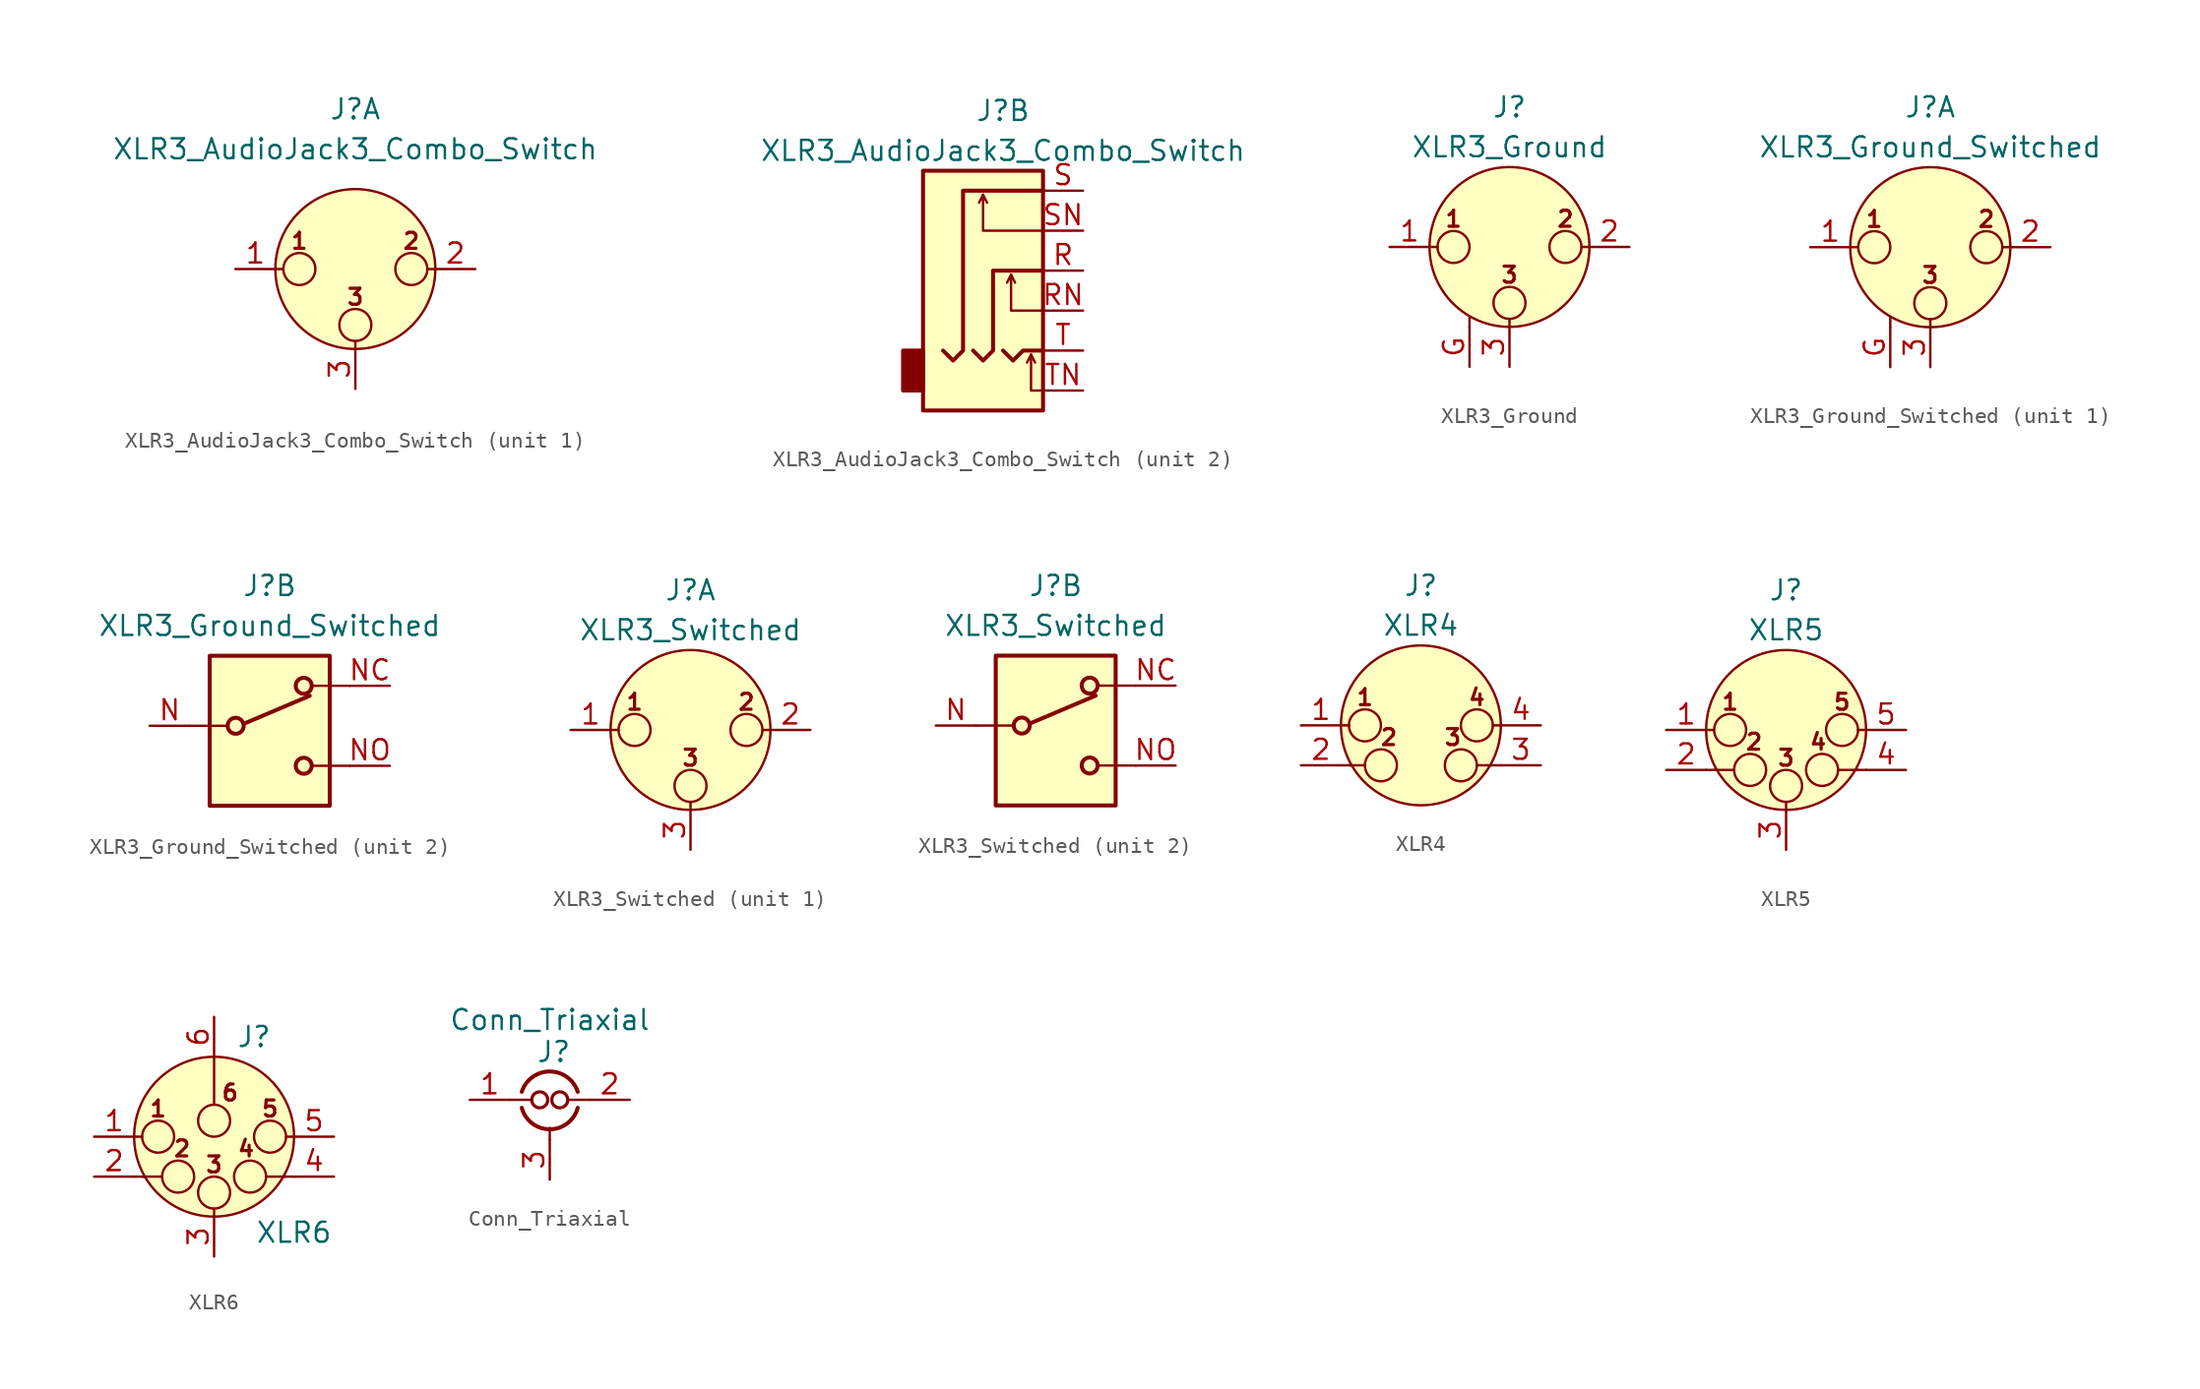
<source format=kicad_sym>
(kicad_symbol_lib
  (version 20201005)
  (generator kicad_symbol_editor)
  (symbol "Connector:XLR3_AudioJack3_Combo_Switch"
    (pin_names hide)
    (property "Reference" "J"
      (at 0 10.16 0)
      (effects (font (size 1.27 1.27))))
    (property "Value" "XLR3_AudioJack3_Combo_Switch"
      (at 0 7.62 0)
      (effects (font (size 1.27 1.27))))
    (symbol "XLR3_AudioJack3_Combo_Switch_1_1"
      (circle (center -3.556 0) (radius 1.016) (stroke (width 0)) (fill (type none)))
      (circle (center 0 -3.556) (radius 1.016) (stroke (width 0)) (fill (type none)))
      (circle (center 0 0) (radius 5.08) (stroke (width 0)) (fill (type background)))
      (circle (center 3.556 0) (radius 1.016) (stroke (width 0)) (fill (type none)))
      (text "1" (at -3.556 1.778 0) (effects (font (size 1.016 1.016) bold)))
      (text "2" (at 3.556 1.778 0) (effects (font (size 1.016 1.016) bold)))
      (text "3" (at 0 -1.778 0) (effects (font (size 1.016 1.016) bold)))
      (polyline (pts (xy -5.08 0) (xy -4.572 0)) (stroke (width 0)) (fill (type none)))
      (polyline (pts (xy 0 -5.08) (xy 0 -4.572)) (stroke (width 0)) (fill (type none)))
      (polyline (pts (xy 5.08 0) (xy 4.572 0)) (stroke (width 0)) (fill (type none)))
      (pin passive line (at -7.62 0 0) (length 2.54) (name "~" (effects (font (size 1.27 1.27)))) (number "1" (effects (font (size 1.27 1.27)))))
      (pin passive line (at 7.62 0 180) (length 2.54) (name "~" (effects (font (size 1.27 1.27)))) (number "2" (effects (font (size 1.27 1.27)))))
      (pin passive line (at 0 -7.62 90) (length 2.54) (name "~" (effects (font (size 1.27 1.27)))) (number "3" (effects (font (size 1.27 1.27))))))
    (symbol "XLR3_AudioJack3_Combo_Switch_2_1"
      (rectangle (start -5.08 -5.08) (end -6.35 -7.62) (stroke (width 0.254)) (fill (type outline)))
      (rectangle (start 2.54 6.35) (end -5.08 -8.89) (stroke (width 0.254)) (fill (type background)))
      (polyline (pts (xy -1.27 4.826) (xy -1.016 4.318)) (stroke (width 0)) (fill (type none)))
      (polyline (pts (xy 0.508 -0.254) (xy 0.762 -0.762)) (stroke (width 0)) (fill (type none)))
      (polyline (pts (xy 1.778 -5.334) (xy 2.032 -5.842)) (stroke (width 0)) (fill (type none)))
      (polyline (pts (xy 0 -5.08) (xy 0.635 -5.715) (xy 1.27 -5.08) (xy 2.54 -5.08)) (stroke (width 0.254)) (fill (type none)))
      (polyline (pts (xy 2.54 -7.62) (xy 1.778 -7.62) (xy 1.778 -5.334) (xy 1.524 -5.842)) (stroke (width 0)) (fill (type none)))
      (polyline (pts (xy 2.54 -2.54) (xy 0.508 -2.54) (xy 0.508 -0.254) (xy 0.254 -0.762)) (stroke (width 0)) (fill (type none)))
      (polyline (pts (xy 2.54 2.54) (xy -1.27 2.54) (xy -1.27 4.826) (xy -1.524 4.318)) (stroke (width 0)) (fill (type none)))
      (polyline (pts (xy -1.905 -5.08) (xy -1.27 -5.715) (xy -0.635 -5.08) (xy -0.635 0) (xy 2.54 0)) (stroke (width 0.254)) (fill (type none)))
      (polyline (pts (xy 2.54 5.08) (xy -2.54 5.08) (xy -2.54 -5.08) (xy -3.175 -5.715) (xy -3.81 -5.08)) (stroke (width 0.254)) (fill (type none)))
      (pin passive line (at 5.08 0 180) (length 2.54) (name "~" (effects (font (size 1.27 1.27)))) (number "R" (effects (font (size 1.27 1.27)))))
      (pin passive line (at 5.08 -2.54 180) (length 2.54) (name "~" (effects (font (size 1.27 1.27)))) (number "RN" (effects (font (size 1.27 1.27)))))
      (pin passive line (at 5.08 5.08 180) (length 2.54) (name "~" (effects (font (size 1.27 1.27)))) (number "S" (effects (font (size 1.27 1.27)))))
      (pin passive line (at 5.08 2.54 180) (length 2.54) (name "~" (effects (font (size 1.27 1.27)))) (number "SN" (effects (font (size 1.27 1.27)))))
      (pin passive line (at 5.08 -5.08 180) (length 2.54) (name "~" (effects (font (size 1.27 1.27)))) (number "T" (effects (font (size 1.27 1.27)))))
      (pin passive line (at 5.08 -7.62 180) (length 2.54) (name "~" (effects (font (size 1.27 1.27)))) (number "TN" (effects (font (size 1.27 1.27)))))))
  (symbol "Connector:XLR3_Ground"
    (pin_names hide)
    (property "Reference" "J"
      (at 0 8.89 0)
      (effects (font (size 1.27 1.27))))
    (property "Value" "XLR3_Ground"
      (at 0 6.35 0)
      (effects (font (size 1.27 1.27))))
    (symbol "XLR3_Ground_0_1"
      (circle (center -3.556 0) (radius 1.016) (stroke (width 0)) (fill (type none)))
      (circle (center 0 -3.556) (radius 1.016) (stroke (width 0)) (fill (type none)))
      (circle (center 0 0) (radius 5.08) (stroke (width 0)) (fill (type background)))
      (circle (center 3.556 0) (radius 1.016) (stroke (width 0)) (fill (type none)))
      (text "1" (at -3.556 1.778 0) (effects (font (size 1.016 1.016) bold)))
      (text "2" (at 3.556 1.778 0) (effects (font (size 1.016 1.016) bold)))
      (text "3" (at 0 -1.778 0) (effects (font (size 1.016 1.016) bold)))
      (polyline (pts (xy -5.08 0) (xy -4.572 0)) (stroke (width 0)) (fill (type none)))
      (polyline (pts (xy -2.54 -5.08) (xy -2.54 -4.445)) (stroke (width 0)) (fill (type none)))
      (polyline (pts (xy 0 -5.08) (xy 0 -4.572)) (stroke (width 0)) (fill (type none)))
      (polyline (pts (xy 5.08 0) (xy 4.572 0)) (stroke (width 0)) (fill (type none)))
      (pin passive line (at -7.62 0 0) (length 2.54) (name "~" (effects (font (size 1.27 1.27)))) (number "1" (effects (font (size 1.27 1.27)))))
      (pin passive line (at 7.62 0 180) (length 2.54) (name "~" (effects (font (size 1.27 1.27)))) (number "2" (effects (font (size 1.27 1.27)))))
      (pin passive line (at 0 -7.62 90) (length 2.54) (name "~" (effects (font (size 1.27 1.27)))) (number "3" (effects (font (size 1.27 1.27))))))
    (symbol "XLR3_Ground_1_1"
      (pin passive line (at -2.54 -7.62 90) (length 2.54) (name "~" (effects (font (size 1.27 1.27)))) (number "G" (effects (font (size 1.27 1.27)))))))
  (symbol "Connector:XLR3_Ground_Switched"
    (pin_names hide)
    (property "Reference" "J"
      (at 0 8.89 0)
      (effects (font (size 1.27 1.27))))
    (property "Value" "XLR3_Ground_Switched"
      (at 0 6.35 0)
      (effects (font (size 1.27 1.27))))
    (symbol "XLR3_Ground_Switched_1_1"
      (circle (center -3.556 0) (radius 1.016) (stroke (width 0)) (fill (type none)))
      (circle (center 0 -3.556) (radius 1.016) (stroke (width 0)) (fill (type none)))
      (circle (center 0 0) (radius 5.08) (stroke (width 0)) (fill (type background)))
      (circle (center 3.556 0) (radius 1.016) (stroke (width 0)) (fill (type none)))
      (text "1" (at -3.556 1.778 0) (effects (font (size 1.016 1.016) bold)))
      (text "2" (at 3.556 1.778 0) (effects (font (size 1.016 1.016) bold)))
      (text "3" (at 0 -1.778 0) (effects (font (size 1.016 1.016) bold)))
      (polyline (pts (xy -5.08 0) (xy -4.572 0)) (stroke (width 0)) (fill (type none)))
      (polyline (pts (xy -2.54 -5.08) (xy -2.54 -4.445)) (stroke (width 0)) (fill (type none)))
      (polyline (pts (xy 0 -5.08) (xy 0 -4.572)) (stroke (width 0)) (fill (type none)))
      (polyline (pts (xy 5.08 0) (xy 4.572 0)) (stroke (width 0)) (fill (type none)))
      (pin passive line (at -7.62 0 0) (length 2.54) (name "~" (effects (font (size 1.27 1.27)))) (number "1" (effects (font (size 1.27 1.27)))))
      (pin passive line (at 7.62 0 180) (length 2.54) (name "~" (effects (font (size 1.27 1.27)))) (number "2" (effects (font (size 1.27 1.27)))))
      (pin passive line (at 0 -7.62 90) (length 2.54) (name "~" (effects (font (size 1.27 1.27)))) (number "3" (effects (font (size 1.27 1.27)))))
      (pin passive line (at -2.54 -7.62 90) (length 2.54) (name "~" (effects (font (size 1.27 1.27)))) (number "G" (effects (font (size 1.27 1.27))))))
    (symbol "XLR3_Ground_Switched_2_1"
      (circle (center -2.159 0) (radius 0.508) (stroke (width 0.254)) (fill (type none)))
      (circle (center 2.159 -2.54) (radius 0.508) (stroke (width 0.254)) (fill (type none)))
      (circle (center 2.159 2.54) (radius 0.508) (stroke (width 0.254)) (fill (type none)))
      (rectangle (start -3.81 4.445) (end 3.81 -5.08) (stroke (width 0.254)) (fill (type background)))
      (polyline (pts (xy -5.08 0) (xy -2.794 0)) (stroke (width 0)) (fill (type none)))
      (polyline (pts (xy -1.651 0.127) (xy 2.54 1.905)) (stroke (width 0.254)) (fill (type none)))
      (polyline (pts (xy 5.08 -2.54) (xy 2.794 -2.54)) (stroke (width 0)) (fill (type none)))
      (polyline (pts (xy 5.08 2.54) (xy 2.794 2.54)) (stroke (width 0)) (fill (type none)))
      (pin passive line (at -7.62 0 0) (length 2.54) (name "~" (effects (font (size 1.27 1.27)))) (number "N" (effects (font (size 1.27 1.27)))))
      (pin passive line (at 7.62 2.54 180) (length 2.54) (name "~" (effects (font (size 1.27 1.27)))) (number "NC" (effects (font (size 1.27 1.27)))))
      (pin passive line (at 7.62 -2.54 180) (length 2.54) (name "~" (effects (font (size 1.27 1.27)))) (number "NO" (effects (font (size 1.27 1.27)))))))
  (symbol "Connector:XLR3_Switched"
    (pin_names hide)
    (property "Reference" "J"
      (at 0 8.89 0)
      (effects (font (size 1.27 1.27))))
    (property "Value" "XLR3_Switched"
      (at 0 6.35 0)
      (effects (font (size 1.27 1.27))))
    (symbol "XLR3_Switched_1_1"
      (circle (center -3.556 0) (radius 1.016) (stroke (width 0)) (fill (type none)))
      (circle (center 0 -3.556) (radius 1.016) (stroke (width 0)) (fill (type none)))
      (circle (center 0 0) (radius 5.08) (stroke (width 0)) (fill (type background)))
      (circle (center 3.556 0) (radius 1.016) (stroke (width 0)) (fill (type none)))
      (text "1" (at -3.556 1.778 0) (effects (font (size 1.016 1.016) bold)))
      (text "2" (at 3.556 1.778 0) (effects (font (size 1.016 1.016) bold)))
      (text "3" (at 0 -1.778 0) (effects (font (size 1.016 1.016) bold)))
      (polyline (pts (xy -5.08 0) (xy -4.572 0)) (stroke (width 0)) (fill (type none)))
      (polyline (pts (xy 0 -5.08) (xy 0 -4.572)) (stroke (width 0)) (fill (type none)))
      (polyline (pts (xy 5.08 0) (xy 4.572 0)) (stroke (width 0)) (fill (type none)))
      (pin passive line (at -7.62 0 0) (length 2.54) (name "~" (effects (font (size 1.27 1.27)))) (number "1" (effects (font (size 1.27 1.27)))))
      (pin passive line (at 7.62 0 180) (length 2.54) (name "~" (effects (font (size 1.27 1.27)))) (number "2" (effects (font (size 1.27 1.27)))))
      (pin passive line (at 0 -7.62 90) (length 2.54) (name "~" (effects (font (size 1.27 1.27)))) (number "3" (effects (font (size 1.27 1.27))))))
    (symbol "XLR3_Switched_2_1"
      (circle (center -2.159 0) (radius 0.508) (stroke (width 0.254)) (fill (type none)))
      (circle (center 2.159 -2.54) (radius 0.508) (stroke (width 0.254)) (fill (type none)))
      (circle (center 2.159 2.54) (radius 0.508) (stroke (width 0.254)) (fill (type none)))
      (rectangle (start -3.81 4.445) (end 3.81 -5.08) (stroke (width 0.254)) (fill (type background)))
      (polyline (pts (xy -5.08 0) (xy -2.794 0)) (stroke (width 0)) (fill (type none)))
      (polyline (pts (xy -1.651 0.127) (xy 2.54 1.905)) (stroke (width 0.254)) (fill (type none)))
      (polyline (pts (xy 5.08 -2.54) (xy 2.794 -2.54)) (stroke (width 0)) (fill (type none)))
      (polyline (pts (xy 5.08 2.54) (xy 2.794 2.54)) (stroke (width 0)) (fill (type none)))
      (pin passive line (at -7.62 0 0) (length 2.54) (name "~" (effects (font (size 1.27 1.27)))) (number "N" (effects (font (size 1.27 1.27)))))
      (pin passive line (at 7.62 2.54 180) (length 2.54) (name "~" (effects (font (size 1.27 1.27)))) (number "NC" (effects (font (size 1.27 1.27)))))
      (pin passive line (at 7.62 -2.54 180) (length 2.54) (name "~" (effects (font (size 1.27 1.27)))) (number "NO" (effects (font (size 1.27 1.27)))))))
  (symbol "Connector:XLR4"
    (pin_names hide)
    (property "Reference" "J"
      (at 0 8.89 0)
      (effects (font (size 1.27 1.27))))
    (property "Value" "XLR4"
      (at 0 6.35 0)
      (effects (font (size 1.27 1.27))))
    (symbol "XLR4_0_1"
      (circle (center -3.556 0) (radius 1.016) (stroke (width 0)) (fill (type none)))
      (circle (center -2.54 -2.54) (radius 1.016) (stroke (width 0)) (fill (type none)))
      (circle (center 0 0) (radius 5.08) (stroke (width 0)) (fill (type background)))
      (circle (center 2.54 -2.54) (radius 1.016) (stroke (width 0)) (fill (type none)))
      (circle (center 3.556 0) (radius 1.016) (stroke (width 0)) (fill (type none)))
      (text "1" (at -3.556 1.778 0) (effects (font (size 1.016 1.016) bold)))
      (text "2" (at -2.032 -0.762 0) (effects (font (size 1.016 1.016) bold)))
      (text "3" (at 2.032 -0.762 0) (effects (font (size 1.016 1.016) bold)))
      (text "4" (at 3.556 1.778 0) (effects (font (size 1.016 1.016) bold)))
      (polyline (pts (xy -5.08 -2.54) (xy -4.445 -2.54)) (stroke (width 0)) (fill (type none)))
      (polyline (pts (xy -5.08 0) (xy -4.572 0)) (stroke (width 0)) (fill (type none)))
      (polyline (pts (xy -4.572 -2.54) (xy -3.556 -2.54)) (stroke (width 0)) (fill (type none)))
      (polyline (pts (xy 4.318 -2.54) (xy 3.556 -2.54)) (stroke (width 0)) (fill (type none)))
      (polyline (pts (xy 5.08 -2.54) (xy 4.445 -2.54)) (stroke (width 0)) (fill (type none)))
      (polyline (pts (xy 5.08 0) (xy 4.572 0)) (stroke (width 0)) (fill (type none))))
    (symbol "XLR4_1_1"
      (pin passive line (at -7.62 0 0) (length 2.54) (name "~" (effects (font (size 1.27 1.27)))) (number "1" (effects (font (size 1.27 1.27)))))
      (pin passive line (at -7.62 -2.54 0) (length 2.54) (name "~" (effects (font (size 1.27 1.27)))) (number "2" (effects (font (size 1.27 1.27)))))
      (pin passive line (at 7.62 -2.54 180) (length 2.54) (name "~" (effects (font (size 1.27 1.27)))) (number "3" (effects (font (size 1.27 1.27)))))
      (pin passive line (at 7.62 0 180) (length 2.54) (name "~" (effects (font (size 1.27 1.27)))) (number "4" (effects (font (size 1.27 1.27)))))))
  (symbol "Connector:XLR5"
    (pin_names hide)
    (property "Reference" "J"
      (at 0 8.89 0)
      (effects (font (size 1.27 1.27))))
    (property "Value" "XLR5"
      (at 0 6.35 0)
      (effects (font (size 1.27 1.27))))
    (symbol "XLR5_0_1"
      (circle (center -3.556 0) (radius 1.016) (stroke (width 0)) (fill (type none)))
      (circle (center -2.286 -2.54) (radius 1.016) (stroke (width 0)) (fill (type none)))
      (circle (center 0 -3.556) (radius 1.016) (stroke (width 0)) (fill (type none)))
      (circle (center 0 0) (radius 5.08) (stroke (width 0)) (fill (type background)))
      (circle (center 2.286 -2.54) (radius 1.016) (stroke (width 0)) (fill (type none)))
      (circle (center 3.556 0) (radius 1.016) (stroke (width 0)) (fill (type none)))
      (text "1" (at -3.556 1.778 0) (effects (font (size 1.016 1.016) bold)))
      (text "2" (at -2.032 -0.762 0) (effects (font (size 1.016 1.016) bold)))
      (text "3" (at 0 -1.778 0) (effects (font (size 1.016 1.016) bold)))
      (text "4" (at 2.032 -0.762 0) (effects (font (size 1.016 1.016) bold)))
      (text "5" (at 3.556 1.778 0) (effects (font (size 1.016 1.016) bold)))
      (polyline (pts (xy -5.08 -2.54) (xy -4.445 -2.54)) (stroke (width 0)) (fill (type none)))
      (polyline (pts (xy -5.08 0) (xy -4.572 0)) (stroke (width 0)) (fill (type none)))
      (polyline (pts (xy -4.572 -2.54) (xy -3.302 -2.54)) (stroke (width 0)) (fill (type none)))
      (polyline (pts (xy 0 -5.08) (xy 0 -4.572)) (stroke (width 0)) (fill (type none)))
      (polyline (pts (xy 4.572 -2.54) (xy 3.302 -2.54)) (stroke (width 0)) (fill (type none)))
      (polyline (pts (xy 5.08 -2.54) (xy 4.445 -2.54)) (stroke (width 0)) (fill (type none)))
      (polyline (pts (xy 5.08 0) (xy 4.572 0)) (stroke (width 0)) (fill (type none))))
    (symbol "XLR5_1_1"
      (pin passive line (at -7.62 0 0) (length 2.54) (name "P1" (effects (font (size 1.27 1.27)))) (number "1" (effects (font (size 1.27 1.27)))))
      (pin passive line (at -7.62 -2.54 0) (length 2.54) (name "P2" (effects (font (size 1.27 1.27)))) (number "2" (effects (font (size 1.27 1.27)))))
      (pin passive line (at 0 -7.62 90) (length 2.54) (name "P3" (effects (font (size 1.27 1.27)))) (number "3" (effects (font (size 1.27 1.27)))))
      (pin passive line (at 7.62 -2.54 180) (length 2.54) (name "P3" (effects (font (size 1.27 1.27)))) (number "4" (effects (font (size 1.27 1.27)))))
      (pin passive line (at 7.62 0 180) (length 2.54) (name "P5" (effects (font (size 1.27 1.27)))) (number "5" (effects (font (size 1.27 1.27)))))))
  (symbol "Connector:XLR6"
    (pin_names hide)
    (property "Reference" "J"
      (at 2.54 6.35 0)
      (effects (font (size 1.27 1.27))))
    (property "Value" "XLR6"
      (at 5.08 -6.096 0)
      (effects (font (size 1.27 1.27))))
    (symbol "XLR6_0_1"
      (circle (center -3.556 0) (radius 1.016) (stroke (width 0)) (fill (type none)))
      (circle (center -2.286 -2.54) (radius 1.016) (stroke (width 0)) (fill (type none)))
      (circle (center 0 -3.556) (radius 1.016) (stroke (width 0)) (fill (type none)))
      (circle (center 0 0) (radius 5.08) (stroke (width 0)) (fill (type background)))
      (circle (center 0 1.016) (radius 1.016) (stroke (width 0)) (fill (type none)))
      (circle (center 2.286 -2.54) (radius 1.016) (stroke (width 0)) (fill (type none)))
      (circle (center 3.556 0) (radius 1.016) (stroke (width 0)) (fill (type none)))
      (text "1" (at -3.556 1.778 0) (effects (font (size 1.016 1.016) bold)))
      (text "2" (at -2.032 -0.762 0) (effects (font (size 1.016 1.016) bold)))
      (text "3" (at 0 -1.778 0) (effects (font (size 1.016 1.016) bold)))
      (text "4" (at 2.032 -0.762 0) (effects (font (size 1.016 1.016) bold)))
      (text "5" (at 3.556 1.778 0) (effects (font (size 1.016 1.016) bold)))
      (text "6" (at 1.016 2.794 0) (effects (font (size 1.016 1.016) bold)))
      (polyline (pts (xy -5.08 -2.54) (xy -4.445 -2.54)) (stroke (width 0)) (fill (type none)))
      (polyline (pts (xy -5.08 0) (xy -4.572 0)) (stroke (width 0)) (fill (type none)))
      (polyline (pts (xy -4.572 -2.54) (xy -3.302 -2.54)) (stroke (width 0)) (fill (type none)))
      (polyline (pts (xy 0 -5.08) (xy 0 -4.572)) (stroke (width 0)) (fill (type none)))
      (polyline (pts (xy 0 5.08) (xy 0 2.032)) (stroke (width 0)) (fill (type none)))
      (polyline (pts (xy 4.572 -2.54) (xy 3.302 -2.54)) (stroke (width 0)) (fill (type none)))
      (polyline (pts (xy 5.08 -2.54) (xy 4.445 -2.54)) (stroke (width 0)) (fill (type none)))
      (polyline (pts (xy 5.08 0) (xy 4.572 0)) (stroke (width 0)) (fill (type none))))
    (symbol "XLR6_1_1"
      (pin passive line (at -7.62 0 0) (length 2.54) (name "P1" (effects (font (size 1.27 1.27)))) (number "1" (effects (font (size 1.27 1.27)))))
      (pin passive line (at -7.62 -2.54 0) (length 2.54) (name "P2" (effects (font (size 1.27 1.27)))) (number "2" (effects (font (size 1.27 1.27)))))
      (pin passive line (at 0 -7.62 90) (length 2.54) (name "P3" (effects (font (size 1.27 1.27)))) (number "3" (effects (font (size 1.27 1.27)))))
      (pin passive line (at 7.62 -2.54 180) (length 2.54) (name "P3" (effects (font (size 1.27 1.27)))) (number "4" (effects (font (size 1.27 1.27)))))
      (pin passive line (at 7.62 0 180) (length 2.54) (name "P5" (effects (font (size 1.27 1.27)))) (number "5" (effects (font (size 1.27 1.27)))))
      (pin passive line (at 0 7.62 270) (length 2.54) (name "P6" (effects (font (size 1.27 1.27)))) (number "6" (effects (font (size 1.27 1.27)))))))
  (symbol "triaxial:Conn_Triaxial"
    (pin_names
      (offset 0.508) hide)
    (property "Reference" "J"
      (at 0.254 5.588 0)
      (effects (font (size 1.27 1.27))))
    (property "Value" "Conn_Triaxial"
      (at 0 7.62 0)
      (effects (font (size 1.27 1.27))))
    (symbol "Conn_Triaxial_0_1"
      (arc (start -1.778 3.048) (end 1.778 3.048) (radius (at -0.0508 2.54) (length 1.8034) (angles 163.6 0)) (stroke (width 0.254)) (fill (type none)))
      (arc (start 1.778 2.032) (end -1.778 2.032) (radius (at -0.0254 2.54) (length 1.8034) (angles 0 -163.8)) (stroke (width 0.254)) (fill (type none)))
      (circle (center -0.635 2.54) (radius 0.508) (stroke (width 0.203)) (fill (type none)))
      (circle (center 0.635 2.54) (radius 0.508) (stroke (width 0.203)) (fill (type none)))
      (polyline (pts (xy -2.54 2.54) (xy -1.143 2.54)) (stroke (width 0)) (fill (type none)))
      (polyline (pts (xy 0 0) (xy 0 0.762)) (stroke (width 0)) (fill (type none)))
      (polyline (pts (xy 1.27 2.54) (xy 2.54 2.54)) (stroke (width 0)) (fill (type none))))
    (symbol "Conn_Triaxial_1_1"
      (pin passive line (at -5.08 2.54 0) (length 2.54) (name "In1" (effects (font (size 1.27 1.27)))) (number "1" (effects (font (size 1.27 1.27)))))
      (pin passive line (at 5.08 2.54 180) (length 2.54) (name "In2" (effects (font (size 1.27 1.27)))) (number "2" (effects (font (size 1.27 1.27)))))
      (pin passive line (at 0 -2.54 90) (length 2.54) (name "Ext" (effects (font (size 1.27 1.27)))) (number "3" (effects (font (size 1.27 1.27))))))))
</source>
